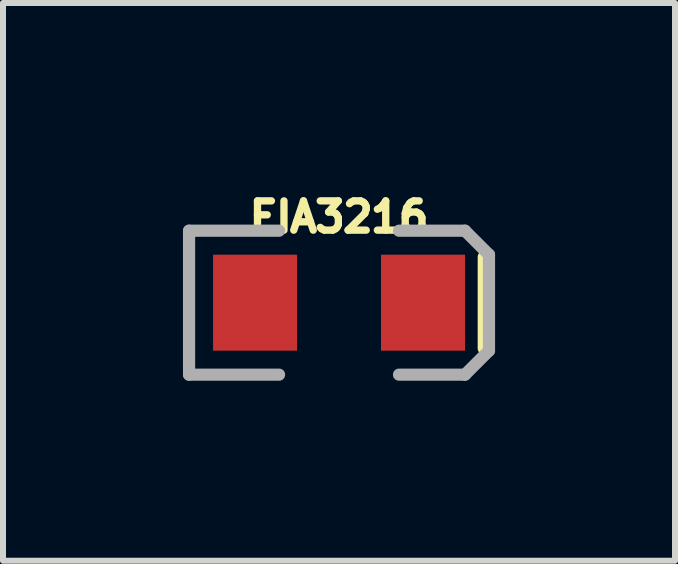
<source format=kicad_pcb>
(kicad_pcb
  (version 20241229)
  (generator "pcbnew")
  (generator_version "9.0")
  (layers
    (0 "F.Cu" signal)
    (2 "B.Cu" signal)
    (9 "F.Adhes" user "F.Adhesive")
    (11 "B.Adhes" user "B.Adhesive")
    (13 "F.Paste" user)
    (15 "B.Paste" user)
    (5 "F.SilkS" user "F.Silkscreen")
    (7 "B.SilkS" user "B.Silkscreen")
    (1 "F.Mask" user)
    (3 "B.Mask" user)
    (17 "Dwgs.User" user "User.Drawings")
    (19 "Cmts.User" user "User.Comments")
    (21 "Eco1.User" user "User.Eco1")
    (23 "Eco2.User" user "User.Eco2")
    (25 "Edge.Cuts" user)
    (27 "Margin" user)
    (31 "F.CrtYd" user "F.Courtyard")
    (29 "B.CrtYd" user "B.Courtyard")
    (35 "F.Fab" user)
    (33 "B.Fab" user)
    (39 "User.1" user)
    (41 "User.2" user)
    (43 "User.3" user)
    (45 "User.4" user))
  (footprint "EIA3216"
    (layer "F.Cu")
    (at 2.602 1.996)
    (property "Reference" "EIA3216" (at 0 -1.143 0) (layer "F.SilkS") (effects (font (size 0.488 0.488) (thickness 0.122)) (justify bottom)))
    (fp_line (start 2.413 -0.762) (end 2.413 0.762) (stroke (width 0.203) (type solid)) (layer "F.SilkS"))
    (fp_line (start -2.5 -1.2) (end -1 -1.2) (stroke (width 0.203) (type solid)) (layer "F.Fab"))
    (fp_line (start -2.5 1.2) (end -2.5 -1.2) (stroke (width 0.203) (type solid)) (layer "F.Fab"))
    (fp_line (start -1 1.2) (end -2.5 1.2) (stroke (width 0.203) (type solid)) (layer "F.Fab"))
    (fp_line (start 1 1.2) (end 2.1 1.2) (stroke (width 0.203) (type solid)) (layer "F.Fab"))
    (fp_line (start 2.1 -1.2) (end 1 -1.2) (stroke (width 0.203) (type solid)) (layer "F.Fab"))
    (fp_line (start 2.1 1.2) (end 2.5 0.8) (stroke (width 0.203) (type solid)) (layer "F.Fab"))
    (fp_line (start 2.5 -0.8) (end 2.1 -1.2) (stroke (width 0.203) (type solid)) (layer "F.Fab"))
    (fp_line (start 2.5 0.8) (end 2.5 -0.8) (stroke (width 0.203) (type solid)) (layer "F.Fab"))
    (pad "+" smd rect (at 1.4 0 90) (size 1.6 1.4) (layers "F.Cu" "F.Mask" "F.Paste"))
    (pad "-" smd rect (at -1.4 0 90) (size 1.6 1.4) (layers "F.Cu" "F.Mask" "F.Paste")))
  (gr_rect
    (start -3 -3)
    (end 8.203 6.298)
    (stroke (width 0.1) (type default))
    (fill no)
    (layer "Edge.Cuts")))
</source>
